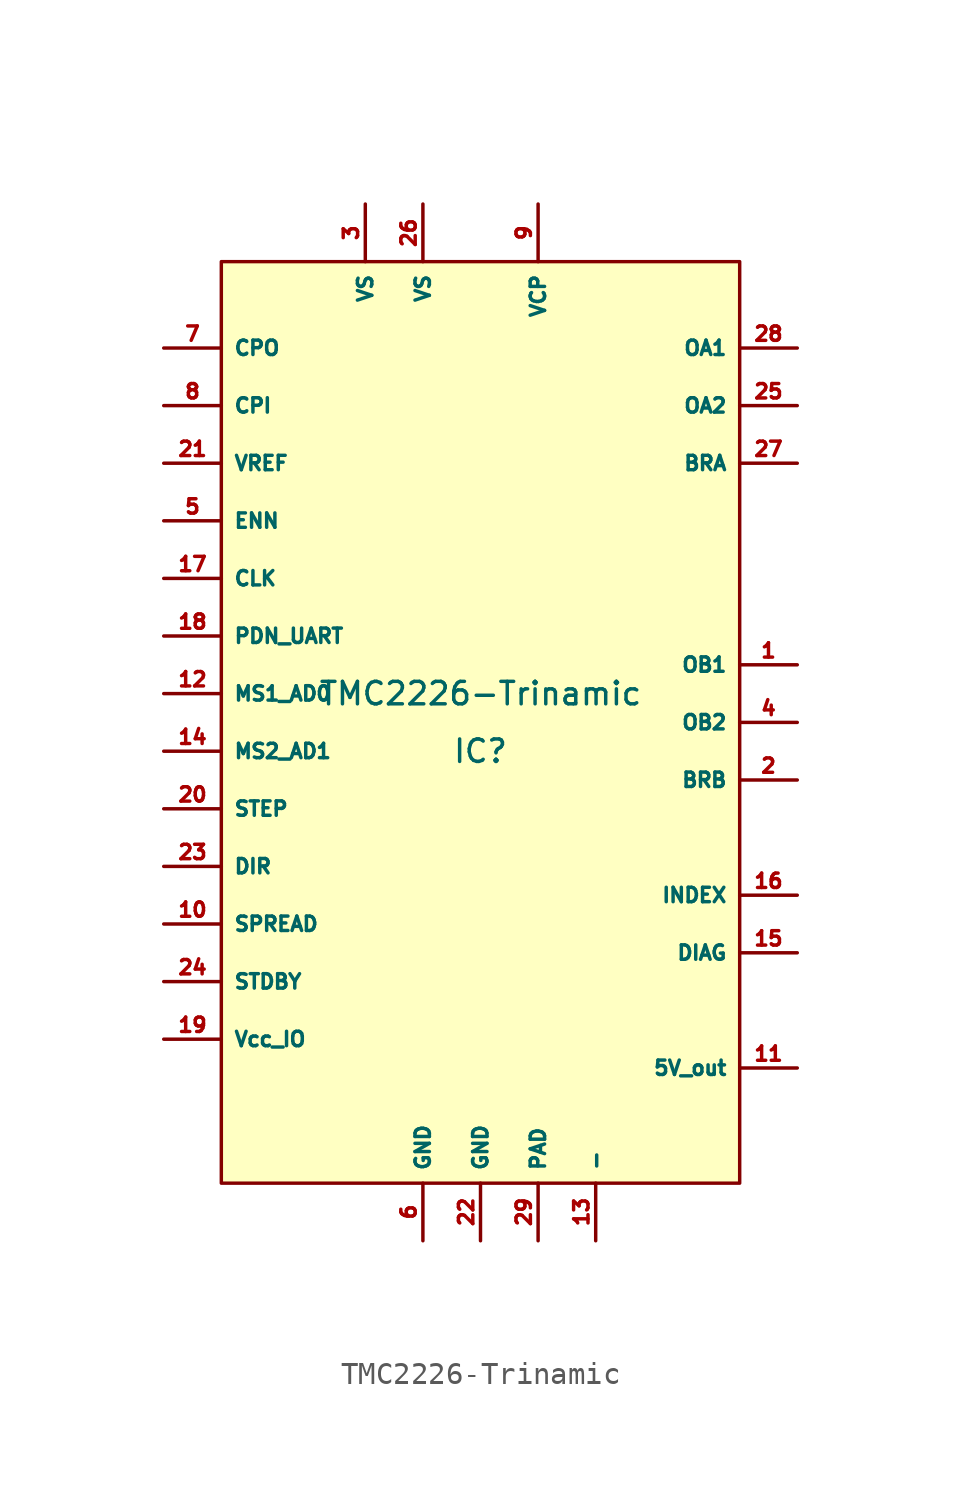
<source format=kicad_sym>
(kicad_symbol_lib
  (version 20211014)
  (generator kicad_symbol_editor)
  (symbol "TMC2226-Trinamic"
    (property "Reference" "IC"
      (at 0 -1.27 0)
      (effects (font (size 0.991 0.991))))
    (property "Value" "TMC2226-Trinamic"
      (at 0 1.27 0)
      (effects (font (size 0.991 0.991))))
    (symbol "TMC2226-Trinamic_0_1"
      (rectangle (start -11.43 20.32) (end 11.43 -20.32) (stroke (width 0) (type default) (color 0 0 0 0)) (fill (type background))))
    (symbol "TMC2226-Trinamic_1_1"
      (pin output line (at 13.97 2.54 180) (length 2.54) (name "OB1" (effects (font (size 0.635 0.635)))) (number "1" (effects (font (size 0.635 0.635)))))
      (pin input line (at -13.97 -8.89 0) (length 2.54) (name "SPREAD" (effects (font (size 0.635 0.635)))) (number "10" (effects (font (size 0.635 0.635)))))
      (pin output line (at 13.97 -15.24 180) (length 2.54) (name "5V_out" (effects (font (size 0.635 0.635)))) (number "11" (effects (font (size 0.635 0.635)))))
      (pin input line (at -13.97 1.27 0) (length 2.54) (name "MS1_AD0" (effects (font (size 0.635 0.635)))) (number "12" (effects (font (size 0.635 0.635)))))
      (pin power_in line (at 5.08 -22.86 90) (length 2.54) (name "-" (effects (font (size 0.635 0.635)))) (number "13" (effects (font (size 0.635 0.635)))))
      (pin input line (at -13.97 -1.27 0) (length 2.54) (name "MS2_AD1" (effects (font (size 0.635 0.635)))) (number "14" (effects (font (size 0.635 0.635)))))
      (pin output line (at 13.97 -10.16 180) (length 2.54) (name "DIAG" (effects (font (size 0.635 0.635)))) (number "15" (effects (font (size 0.635 0.635)))))
      (pin output line (at 13.97 -7.62 180) (length 2.54) (name "INDEX" (effects (font (size 0.635 0.635)))) (number "16" (effects (font (size 0.635 0.635)))))
      (pin input line (at -13.97 6.35 0) (length 2.54) (name "CLK" (effects (font (size 0.635 0.635)))) (number "17" (effects (font (size 0.635 0.635)))))
      (pin bidirectional line (at -13.97 3.81 0) (length 2.54) (name "PDN_UART" (effects (font (size 0.635 0.635)))) (number "18" (effects (font (size 0.635 0.635)))))
      (pin input line (at -13.97 -13.97 0) (length 2.54) (name "Vcc_IO" (effects (font (size 0.635 0.635)))) (number "19" (effects (font (size 0.635 0.635)))))
      (pin input line (at 13.97 -2.54 180) (length 2.54) (name "BRB" (effects (font (size 0.635 0.635)))) (number "2" (effects (font (size 0.635 0.635)))))
      (pin input line (at -13.97 -3.81 0) (length 2.54) (name "STEP" (effects (font (size 0.635 0.635)))) (number "20" (effects (font (size 0.635 0.635)))))
      (pin input line (at -13.97 11.43 0) (length 2.54) (name "VREF" (effects (font (size 0.635 0.635)))) (number "21" (effects (font (size 0.635 0.635)))))
      (pin power_in line (at 0 -22.86 90) (length 2.54) (name "GND" (effects (font (size 0.635 0.635)))) (number "22" (effects (font (size 0.635 0.635)))))
      (pin input line (at -13.97 -6.35 0) (length 2.54) (name "DIR" (effects (font (size 0.635 0.635)))) (number "23" (effects (font (size 0.635 0.635)))))
      (pin input line (at -13.97 -11.43 0) (length 2.54) (name "STDBY" (effects (font (size 0.635 0.635)))) (number "24" (effects (font (size 0.635 0.635)))))
      (pin output line (at 13.97 13.97 180) (length 2.54) (name "OA2" (effects (font (size 0.635 0.635)))) (number "25" (effects (font (size 0.635 0.635)))))
      (pin power_in line (at -2.54 22.86 270) (length 2.54) (name "VS" (effects (font (size 0.635 0.635)))) (number "26" (effects (font (size 0.635 0.635)))))
      (pin input line (at 13.97 11.43 180) (length 2.54) (name "BRA" (effects (font (size 0.635 0.635)))) (number "27" (effects (font (size 0.635 0.635)))))
      (pin output line (at 13.97 16.51 180) (length 2.54) (name "OA1" (effects (font (size 0.635 0.635)))) (number "28" (effects (font (size 0.635 0.635)))))
      (pin power_in line (at 2.54 -22.86 90) (length 2.54) (name "PAD" (effects (font (size 0.635 0.635)))) (number "29" (effects (font (size 0.635 0.635)))))
      (pin power_in line (at -5.08 22.86 270) (length 2.54) (name "VS" (effects (font (size 0.635 0.635)))) (number "3" (effects (font (size 0.635 0.635)))))
      (pin output line (at 13.97 0 180) (length 2.54) (name "OB2" (effects (font (size 0.635 0.635)))) (number "4" (effects (font (size 0.635 0.635)))))
      (pin input line (at -13.97 8.89 0) (length 2.54) (name "ENN" (effects (font (size 0.635 0.635)))) (number "5" (effects (font (size 0.635 0.635)))))
      (pin power_in line (at -2.54 -22.86 90) (length 2.54) (name "GND" (effects (font (size 0.635 0.635)))) (number "6" (effects (font (size 0.635 0.635)))))
      (pin output line (at -13.97 16.51 0) (length 2.54) (name "CPO" (effects (font (size 0.635 0.635)))) (number "7" (effects (font (size 0.635 0.635)))))
      (pin input line (at -13.97 13.97 0) (length 2.54) (name "CPI" (effects (font (size 0.635 0.635)))) (number "8" (effects (font (size 0.635 0.635)))))
      (pin output line (at 2.54 22.86 270) (length 2.54) (name "VCP" (effects (font (size 0.635 0.635)))) (number "9" (effects (font (size 0.635 0.635))))))))
</source>
